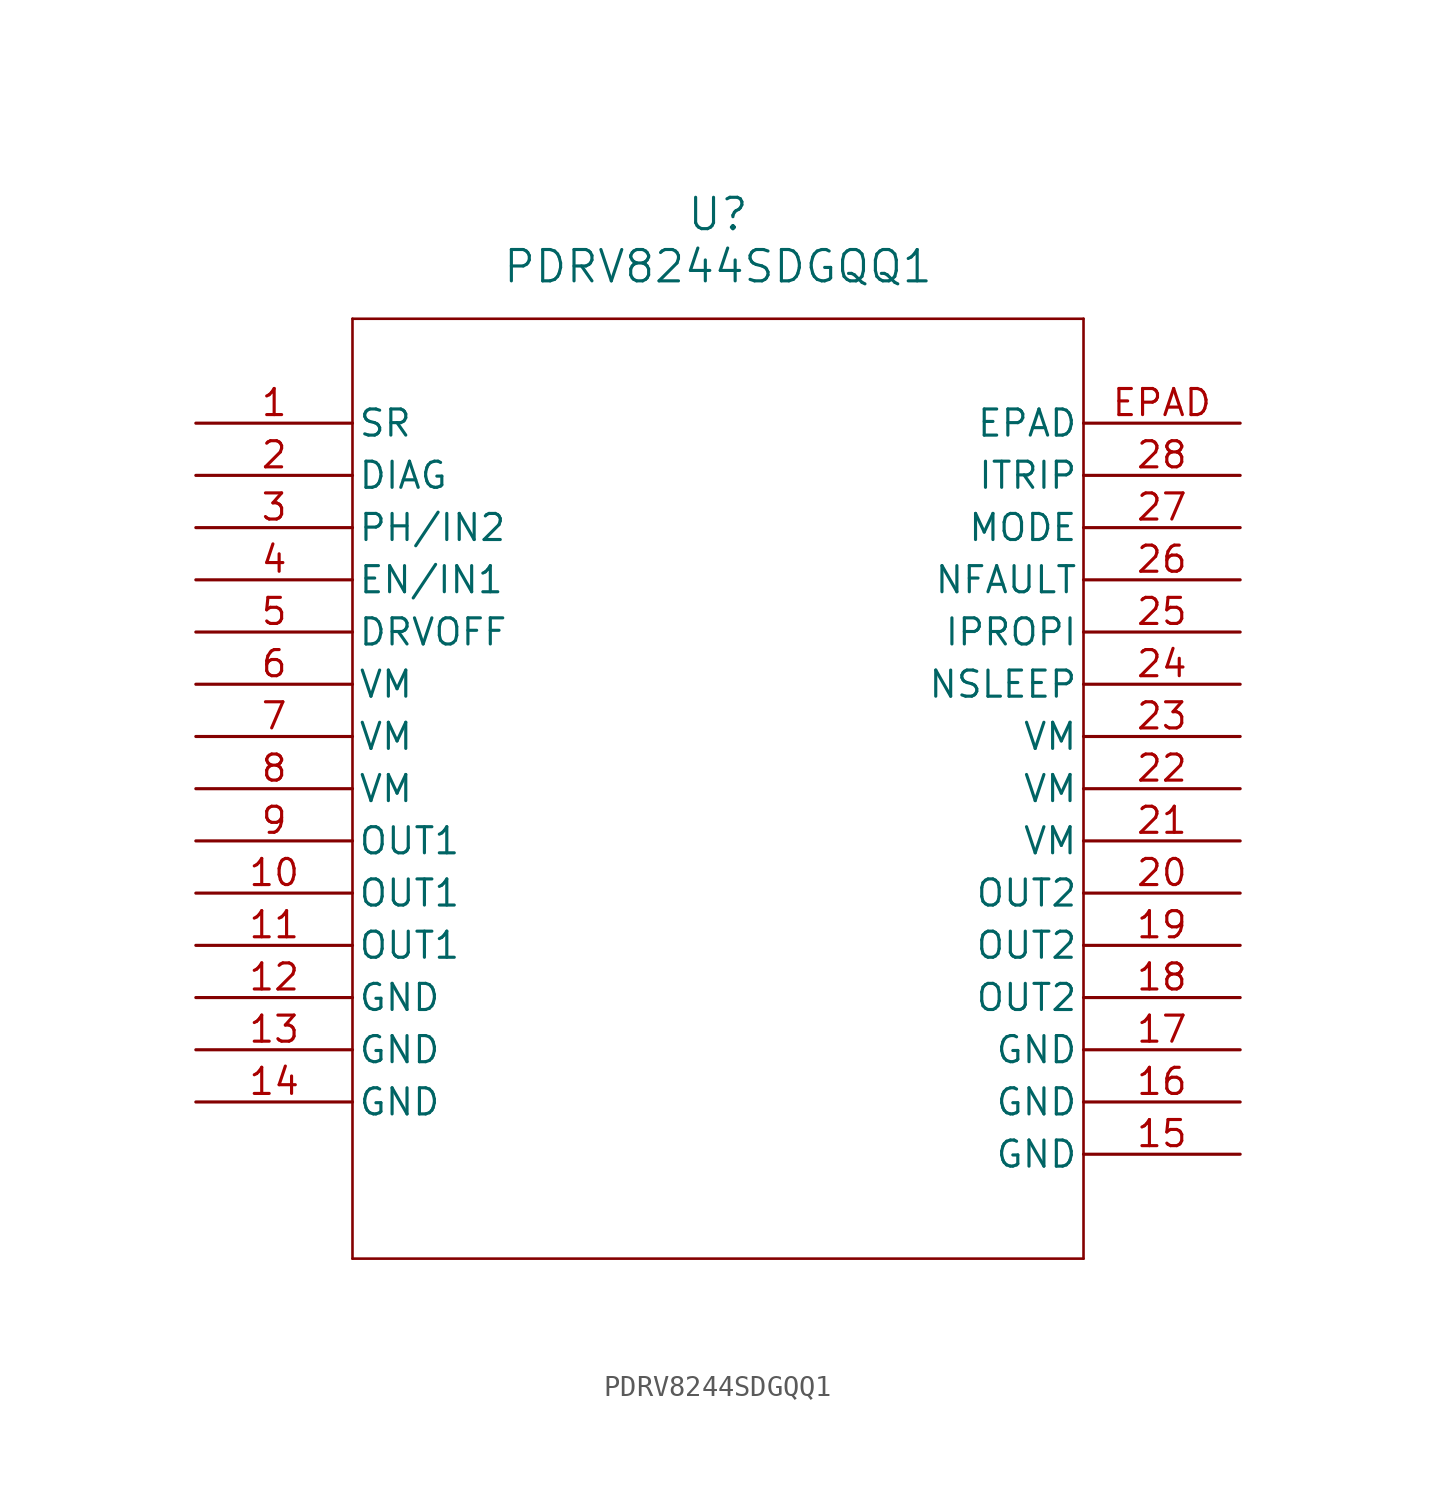
<source format=kicad_sym>
(kicad_symbol_lib
  (version 20211014)
  (generator kicad_symbol_editor)
  (symbol "PDRV8244SDGQQ1"
    (pin_names
      (offset 0.254))
    (property "Reference" "U"
      (at 25.4 10.16 0)
      (effects (font (size 1.524 1.524))))
    (property "Value" "PDRV8244SDGQQ1"
      (at 25.4 7.62 0)
      (effects (font (size 1.524 1.524))))
    (symbol "PDRV8244SDGQQ1_0_1"
      (polyline (pts (xy 7.62 5.08) (xy 7.62 -40.64)) (stroke (width 0.127) (type default) (color 0 0 0 0)) (fill (type none)))
      (polyline (pts (xy 7.62 -40.64) (xy 43.18 -40.64)) (stroke (width 0.127) (type default) (color 0 0 0 0)) (fill (type none)))
      (polyline (pts (xy 43.18 -40.64) (xy 43.18 5.08)) (stroke (width 0.127) (type default) (color 0 0 0 0)) (fill (type none)))
      (polyline (pts (xy 43.18 5.08) (xy 7.62 5.08)) (stroke (width 0.127) (type default) (color 0 0 0 0)) (fill (type none)))
      (pin input line (at 0 0 0) (length 7.62) (name "SR" (effects (font (size 1.27 1.27)))) (number "1" (effects (font (size 1.27 1.27)))))
      (pin input line (at 0 -2.54 0) (length 7.62) (name "DIAG" (effects (font (size 1.27 1.27)))) (number "2" (effects (font (size 1.27 1.27)))))
      (pin input line (at 0 -5.08 0) (length 7.62) (name "PH/IN2" (effects (font (size 1.27 1.27)))) (number "3" (effects (font (size 1.27 1.27)))))
      (pin input line (at 0 -7.62 0) (length 7.62) (name "EN/IN1" (effects (font (size 1.27 1.27)))) (number "4" (effects (font (size 1.27 1.27)))))
      (pin input line (at 0 -10.16 0) (length 7.62) (name "DRVOFF" (effects (font (size 1.27 1.27)))) (number "5" (effects (font (size 1.27 1.27)))))
      (pin power_in line (at 0 -12.7 0) (length 7.62) (name "VM" (effects (font (size 1.27 1.27)))) (number "6" (effects (font (size 1.27 1.27)))))
      (pin power_in line (at 0 -15.24 0) (length 7.62) (name "VM" (effects (font (size 1.27 1.27)))) (number "7" (effects (font (size 1.27 1.27)))))
      (pin power_in line (at 0 -17.78 0) (length 7.62) (name "VM" (effects (font (size 1.27 1.27)))) (number "8" (effects (font (size 1.27 1.27)))))
      (pin power_in line (at 0 -20.32 0) (length 7.62) (name "OUT1" (effects (font (size 1.27 1.27)))) (number "9" (effects (font (size 1.27 1.27)))))
      (pin power_in line (at 0 -22.86 0) (length 7.62) (name "OUT1" (effects (font (size 1.27 1.27)))) (number "10" (effects (font (size 1.27 1.27)))))
      (pin power_in line (at 0 -25.4 0) (length 7.62) (name "OUT1" (effects (font (size 1.27 1.27)))) (number "11" (effects (font (size 1.27 1.27)))))
      (pin power_out line (at 0 -27.94 0) (length 7.62) (name "GND" (effects (font (size 1.27 1.27)))) (number "12" (effects (font (size 1.27 1.27)))))
      (pin power_out line (at 0 -30.48 0) (length 7.62) (name "GND" (effects (font (size 1.27 1.27)))) (number "13" (effects (font (size 1.27 1.27)))))
      (pin power_out line (at 0 -33.02 0) (length 7.62) (name "GND" (effects (font (size 1.27 1.27)))) (number "14" (effects (font (size 1.27 1.27)))))
      (pin power_out line (at 50.8 -35.56 180) (length 7.62) (name "GND" (effects (font (size 1.27 1.27)))) (number "15" (effects (font (size 1.27 1.27)))))
      (pin power_out line (at 50.8 -33.02 180) (length 7.62) (name "GND" (effects (font (size 1.27 1.27)))) (number "16" (effects (font (size 1.27 1.27)))))
      (pin power_out line (at 50.8 -30.48 180) (length 7.62) (name "GND" (effects (font (size 1.27 1.27)))) (number "17" (effects (font (size 1.27 1.27)))))
      (pin power_in line (at 50.8 -27.94 180) (length 7.62) (name "OUT2" (effects (font (size 1.27 1.27)))) (number "18" (effects (font (size 1.27 1.27)))))
      (pin power_in line (at 50.8 -25.4 180) (length 7.62) (name "OUT2" (effects (font (size 1.27 1.27)))) (number "19" (effects (font (size 1.27 1.27)))))
      (pin power_in line (at 50.8 -22.86 180) (length 7.62) (name "OUT2" (effects (font (size 1.27 1.27)))) (number "20" (effects (font (size 1.27 1.27)))))
      (pin power_in line (at 50.8 -20.32 180) (length 7.62) (name "VM" (effects (font (size 1.27 1.27)))) (number "21" (effects (font (size 1.27 1.27)))))
      (pin power_in line (at 50.8 -17.78 180) (length 7.62) (name "VM" (effects (font (size 1.27 1.27)))) (number "22" (effects (font (size 1.27 1.27)))))
      (pin power_in line (at 50.8 -15.24 180) (length 7.62) (name "VM" (effects (font (size 1.27 1.27)))) (number "23" (effects (font (size 1.27 1.27)))))
      (pin input line (at 50.8 -12.7 180) (length 7.62) (name "NSLEEP" (effects (font (size 1.27 1.27)))) (number "24" (effects (font (size 1.27 1.27)))))
      (pin bidirectional line (at 50.8 -10.16 180) (length 7.62) (name "IPROPI" (effects (font (size 1.27 1.27)))) (number "25" (effects (font (size 1.27 1.27)))))
      (pin output line (at 50.8 -7.62 180) (length 7.62) (name "NFAULT" (effects (font (size 1.27 1.27)))) (number "26" (effects (font (size 1.27 1.27)))))
      (pin input line (at 50.8 -5.08 180) (length 7.62) (name "MODE" (effects (font (size 1.27 1.27)))) (number "27" (effects (font (size 1.27 1.27)))))
      (pin input line (at 50.8 -2.54 180) (length 7.62) (name "ITRIP" (effects (font (size 1.27 1.27)))) (number "28" (effects (font (size 1.27 1.27)))))
      (pin unspecified line (at 50.8 0 180) (length 7.62) (name "EPAD" (effects (font (size 1.27 1.27)))) (number "EPAD" (effects (font (size 1.27 1.27))))))))
</source>
